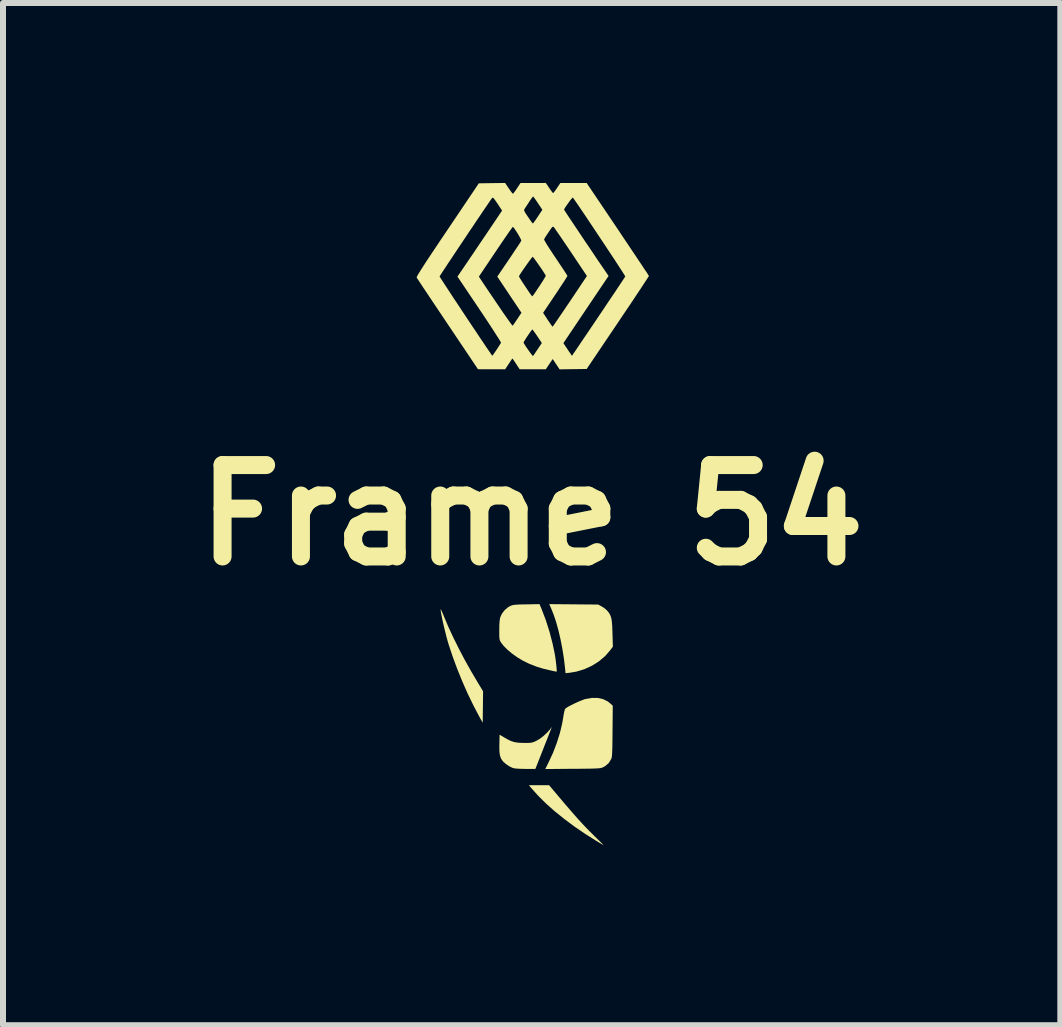
<source format=kicad_pcb>
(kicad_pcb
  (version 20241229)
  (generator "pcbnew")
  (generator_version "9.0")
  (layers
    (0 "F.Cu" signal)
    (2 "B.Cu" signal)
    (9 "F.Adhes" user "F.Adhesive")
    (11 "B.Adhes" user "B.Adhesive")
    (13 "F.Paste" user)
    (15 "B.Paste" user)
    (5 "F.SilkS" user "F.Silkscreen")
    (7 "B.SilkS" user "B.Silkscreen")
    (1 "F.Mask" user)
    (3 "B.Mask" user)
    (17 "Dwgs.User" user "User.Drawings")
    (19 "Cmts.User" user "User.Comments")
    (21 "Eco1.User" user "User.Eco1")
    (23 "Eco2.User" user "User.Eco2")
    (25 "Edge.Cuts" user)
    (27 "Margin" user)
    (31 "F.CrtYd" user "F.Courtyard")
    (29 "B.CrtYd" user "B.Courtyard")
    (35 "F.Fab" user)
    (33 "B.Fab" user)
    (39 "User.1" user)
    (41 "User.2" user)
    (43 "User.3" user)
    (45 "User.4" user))
  (footprint "Frame 54"
    (layer "F.Cu")
    (at 5.813 5.537)
    (property "Reference" "Frame 54" (at 0 0 0) (layer "F.SilkS") (effects (font (size 1.524 1.524) (thickness 0.3))))
    (attr board_only exclude_from_pos_files exclude_from_bom)
    (fp_poly (pts (xy 0.468 4.713) (xy 0.562 4.824) (xy 0.645 4.92) (xy 0.718 5.004) (xy 0.784 5.078) (xy 0.845 5.145) (xy 0.904 5.207) (xy 0.963 5.268) (xy 1.025 5.329) (xy 1.039 5.343) (xy 1.088 5.391) (xy 1.131 5.433) (xy 1.166 5.468) (xy 1.19 5.492) (xy 1.2 5.503) (xy 1.201 5.503) (xy 1.191 5.498) (xy 1.165 5.483) (xy 1.128 5.461) (xy 1.082 5.433) (xy 1.075 5.429) (xy 0.891 5.313) (xy 0.712 5.191) (xy 0.542 5.064) (xy 0.383 4.936) (xy 0.238 4.807) (xy 0.11 4.68) (xy 0.002 4.56) (xy -0.047 4.502) (xy 0.29 4.502)) (stroke (width 0) (type solid)) (fill yes) (layer "F.SilkS"))
    (fp_poly (pts (xy -1.515 1.572) (xy -1.504 1.592) (xy -1.488 1.627) (xy -1.468 1.674) (xy -1.453 1.711) (xy -1.385 1.871) (xy -1.304 2.045) (xy -1.214 2.226) (xy -1.117 2.411) (xy -1.014 2.595) (xy -0.909 2.773) (xy -0.905 2.78) (xy -0.81 2.937) (xy -0.816 3.461) (xy -0.876 3.354) (xy -0.972 3.171) (xy -1.068 2.973) (xy -1.159 2.766) (xy -1.244 2.556) (xy -1.32 2.35) (xy -1.385 2.153) (xy -1.401 2.099) (xy -1.419 2.035) (xy -1.437 1.962) (xy -1.456 1.886) (xy -1.474 1.809) (xy -1.49 1.736) (xy -1.503 1.671) (xy -1.513 1.618) (xy -1.518 1.581) (xy -1.519 1.57)) (stroke (width 0) (type solid)) (fill yes) (layer "F.SilkS"))
    (fp_poly (pts (xy 1.109 1.491) (xy 1.166 1.522) (xy 1.208 1.548) (xy 1.248 1.582) (xy 1.264 1.599) (xy 1.288 1.629) (xy 1.307 1.66) (xy 1.321 1.694) (xy 1.331 1.735) (xy 1.338 1.787) (xy 1.343 1.853) (xy 1.346 1.937) (xy 1.347 1.971) (xy 1.354 2.193) (xy 1.312 2.249) (xy 1.226 2.349) (xy 1.122 2.437) (xy 1.005 2.511) (xy 0.878 2.569) (xy 0.745 2.609) (xy 0.634 2.628) (xy 0.565 2.635) (xy 0.557 2.558) (xy 0.538 2.394) (xy 0.512 2.23) (xy 0.481 2.07) (xy 0.445 1.917) (xy 0.406 1.776) (xy 0.363 1.65) (xy 0.326 1.558) (xy 0.293 1.484)) (stroke (width 0) (type solid)) (fill yes) (layer "F.SilkS"))
    (fp_poly (pts (xy 0.323 3.567) (xy 0.315 3.588) (xy 0.3 3.626) (xy 0.279 3.679) (xy 0.254 3.744) (xy 0.224 3.818) (xy 0.193 3.898) (xy 0.185 3.919) (xy 0.062 4.231) (xy -0.107 4.231) (xy -0.195 4.229) (xy -0.26 4.225) (xy -0.305 4.218) (xy -0.318 4.214) (xy -0.37 4.189) (xy -0.423 4.154) (xy -0.468 4.116) (xy -0.488 4.093) (xy -0.509 4.061) (xy -0.523 4.026) (xy -0.533 3.982) (xy -0.538 3.927) (xy -0.539 3.856) (xy -0.538 3.813) (xy -0.535 3.66) (xy -0.462 3.704) (xy -0.395 3.742) (xy -0.338 3.769) (xy -0.283 3.785) (xy -0.223 3.794) (xy -0.151 3.797) (xy -0.129 3.798) (xy -0.071 3.798) (xy -0.03 3.796) (xy 0.001 3.792) (xy 0.028 3.785) (xy 0.056 3.773) (xy 0.081 3.761) (xy 0.139 3.727) (xy 0.201 3.679) (xy 0.259 3.624) (xy 0.308 3.569) (xy 0.314 3.562) (xy 0.338 3.528)) (stroke (width 0) (type solid)) (fill yes) (layer "F.SilkS"))
    (fp_poly (pts (xy 0.166 1.567) (xy 0.235 1.748) (xy 0.297 1.943) (xy 0.35 2.147) (xy 0.382 2.299) (xy 0.391 2.35) (xy 0.399 2.406) (xy 0.406 2.462) (xy 0.412 2.515) (xy 0.416 2.56) (xy 0.418 2.593) (xy 0.416 2.609) (xy 0.415 2.61) (xy 0.403 2.608) (xy 0.374 2.602) (xy 0.333 2.593) (xy 0.311 2.588) (xy 0.188 2.559) (xy 0.076 2.524) (xy -0.035 2.481) (xy -0.045 2.476) (xy -0.142 2.429) (xy -0.236 2.373) (xy -0.325 2.31) (xy -0.404 2.244) (xy -0.468 2.179) (xy -0.506 2.13) (xy -0.519 2.109) (xy -0.529 2.091) (xy -0.535 2.07) (xy -0.538 2.044) (xy -0.54 2.006) (xy -0.54 1.952) (xy -0.54 1.919) (xy -0.539 1.83) (xy -0.534 1.762) (xy -0.526 1.713) (xy -0.523 1.703) (xy -0.495 1.642) (xy -0.451 1.585) (xy -0.397 1.538) (xy -0.363 1.518) (xy -0.343 1.509) (xy -0.323 1.502) (xy -0.298 1.497) (xy -0.266 1.494) (xy -0.223 1.491) (xy -0.165 1.489) (xy -0.089 1.488) (xy 0.131 1.484)) (stroke (width 0) (type solid)) (fill yes) (layer "F.SilkS"))
    (fp_poly (pts (xy 1.102 3.048) (xy 1.189 3.067) (xy 1.265 3.104) (xy 1.3 3.131) (xy 1.352 3.177) (xy 1.348 3.6) (xy 1.347 3.71) (xy 1.346 3.8) (xy 1.345 3.873) (xy 1.343 3.93) (xy 1.341 3.973) (xy 1.339 4.006) (xy 1.336 4.031) (xy 1.332 4.049) (xy 1.327 4.063) (xy 1.325 4.068) (xy 1.284 4.134) (xy 1.227 4.183) (xy 1.193 4.202) (xy 1.179 4.208) (xy 1.165 4.213) (xy 1.148 4.217) (xy 1.126 4.22) (xy 1.095 4.222) (xy 1.055 4.224) (xy 1.003 4.226) (xy 0.937 4.227) (xy 0.854 4.228) (xy 0.751 4.229) (xy 0.684 4.229) (xy 0.227 4.233) (xy 0.282 4.122) (xy 0.355 3.965) (xy 0.418 3.8) (xy 0.47 3.636) (xy 0.508 3.476) (xy 0.525 3.379) (xy 0.534 3.322) (xy 0.544 3.274) (xy 0.553 3.241) (xy 0.56 3.228) (xy 0.58 3.212) (xy 0.616 3.19) (xy 0.664 3.165) (xy 0.719 3.138) (xy 0.775 3.112) (xy 0.829 3.09) (xy 0.875 3.072) (xy 0.9 3.065) (xy 1.005 3.047)) (stroke (width 0) (type solid)) (fill yes) (layer "F.SilkS"))
    (fp_poly (pts (xy -0.382 -5.447) (xy -0.355 -5.408) (xy -0.332 -5.378) (xy -0.317 -5.36) (xy -0.313 -5.357) (xy -0.303 -5.366) (xy -0.285 -5.389) (xy -0.26 -5.424) (xy -0.245 -5.447) (xy -0.186 -5.536) (xy 0.236 -5.537) (xy 0.293 -5.453) (xy 0.319 -5.415) (xy 0.34 -5.387) (xy 0.354 -5.37) (xy 0.358 -5.368) (xy 0.367 -5.377) (xy 0.386 -5.401) (xy 0.41 -5.434) (xy 0.422 -5.452) (xy 0.478 -5.536) (xy 0.698 -5.536) (xy 0.917 -5.536) (xy 1.435 -4.767) (xy 1.514 -4.648) (xy 1.59 -4.535) (xy 1.661 -4.429) (xy 1.727 -4.331) (xy 1.786 -4.242) (xy 1.838 -4.165) (xy 1.881 -4.099) (xy 1.916 -4.048) (xy 1.94 -4.011) (xy 1.952 -3.991) (xy 1.954 -3.988) (xy 1.949 -3.977) (xy 1.931 -3.949) (xy 1.903 -3.906) (xy 1.865 -3.848) (xy 1.818 -3.776) (xy 1.763 -3.694) (xy 1.701 -3.6) (xy 1.633 -3.498) (xy 1.559 -3.389) (xy 1.481 -3.273) (xy 1.437 -3.207) (xy 0.917 -2.436) (xy 0.691 -2.433) (xy 0.465 -2.43) (xy 0.351 -2.602) (xy 0.293 -2.517) (xy 0.236 -2.431) (xy -0.2 -2.431) (xy -0.259 -2.521) (xy -0.284 -2.559) (xy -0.305 -2.59) (xy -0.318 -2.608) (xy -0.321 -2.611) (xy -0.328 -2.602) (xy -0.344 -2.579) (xy -0.367 -2.544) (xy -0.383 -2.521) (xy -0.442 -2.431) (xy -0.668 -2.431) (xy -0.895 -2.432) (xy -1.401 -3.186) (xy -1.48 -3.304) (xy -1.555 -3.416) (xy -1.626 -3.522) (xy -1.691 -3.619) (xy -1.75 -3.708) (xy -1.802 -3.785) (xy -1.845 -3.85) (xy -1.879 -3.902) (xy -1.903 -3.938) (xy -1.915 -3.957) (xy -1.917 -3.96) (xy -1.916 -3.968) (xy -1.911 -3.978) (xy -1.535 -3.978) (xy -1.529 -3.968) (xy -1.512 -3.94) (xy -1.484 -3.898) (xy -1.448 -3.842) (xy -1.404 -3.775) (xy -1.354 -3.699) (xy -1.299 -3.614) (xy -1.239 -3.525) (xy -1.177 -3.431) (xy -1.113 -3.334) (xy -1.049 -3.238) (xy -0.986 -3.143) (xy -0.924 -3.052) (xy -0.867 -2.965) (xy -0.813 -2.886) (xy -0.766 -2.815) (xy -0.725 -2.755) (xy -0.693 -2.708) (xy -0.67 -2.675) (xy -0.658 -2.658) (xy -0.656 -2.656) (xy -0.649 -2.665) (xy -0.632 -2.688) (xy -0.608 -2.723) (xy -0.585 -2.757) (xy -0.557 -2.8) (xy -0.533 -2.837) (xy -0.517 -2.863) (xy -0.511 -2.873) (xy -0.513 -2.878) (xy -0.135 -2.878) (xy -0.129 -2.863) (xy -0.113 -2.837) (xy -0.091 -2.802) (xy -0.064 -2.763) (xy -0.037 -2.725) (xy -0.012 -2.691) (xy 0.009 -2.665) (xy 0.021 -2.653) (xy 0.023 -2.653) (xy 0.032 -2.665) (xy 0.051 -2.692) (xy 0.076 -2.73) (xy 0.1 -2.765) (xy 0.168 -2.867) (xy 0.529 -2.867) (xy 0.599 -2.762) (xy 0.627 -2.72) (xy 0.651 -2.686) (xy 0.666 -2.663) (xy 0.672 -2.656) (xy 0.678 -2.665) (xy 0.696 -2.692) (xy 0.725 -2.733) (xy 0.763 -2.79) (xy 0.809 -2.858) (xy 0.863 -2.938) (xy 0.924 -3.028) (xy 0.99 -3.126) (xy 1.061 -3.231) (xy 1.114 -3.31) (xy 1.188 -3.419) (xy 1.257 -3.523) (xy 1.322 -3.62) (xy 1.382 -3.708) (xy 1.434 -3.787) (xy 1.479 -3.854) (xy 1.515 -3.909) (xy 1.541 -3.948) (xy 1.556 -3.972) (xy 1.56 -3.978) (xy 1.555 -3.989) (xy 1.538 -4.016) (xy 1.511 -4.059) (xy 1.475 -4.114) (xy 1.432 -4.181) (xy 1.382 -4.258) (xy 1.326 -4.342) (xy 1.267 -4.431) (xy 1.205 -4.525) (xy 1.141 -4.621) (xy 1.077 -4.717) (xy 1.014 -4.812) (xy 0.953 -4.903) (xy 0.896 -4.989) (xy 0.842 -5.068) (xy 0.795 -5.138) (xy 0.754 -5.198) (xy 0.722 -5.244) (xy 0.699 -5.277) (xy 0.687 -5.293) (xy 0.687 -5.293) (xy 0.678 -5.288) (xy 0.66 -5.268) (xy 0.636 -5.238) (xy 0.61 -5.202) (xy 0.584 -5.165) (xy 0.561 -5.132) (xy 0.546 -5.106) (xy 0.54 -5.092) (xy 0.546 -5.082) (xy 0.564 -5.055) (xy 0.591 -5.013) (xy 0.628 -4.957) (xy 0.672 -4.891) (xy 0.722 -4.816) (xy 0.778 -4.733) (xy 0.837 -4.644) (xy 0.899 -4.552) (xy 0.963 -4.458) (xy 1.026 -4.364) (xy 1.088 -4.271) (xy 1.148 -4.183) (xy 1.166 -4.157) (xy 1.282 -3.987) (xy 0.905 -3.427) (xy 0.529 -2.867) (xy 0.168 -2.867) (xy 0.169 -2.869) (xy 0.094 -2.982) (xy 0.064 -3.026) (xy 0.039 -3.061) (xy 0.02 -3.086) (xy 0.011 -3.095) (xy 0.011 -3.095) (xy 0.002 -3.086) (xy -0.015 -3.063) (xy -0.039 -3.03) (xy -0.065 -2.991) (xy -0.091 -2.953) (xy -0.113 -2.917) (xy -0.129 -2.891) (xy -0.135 -2.878) (xy -0.135 -2.878) (xy -0.513 -2.878) (xy -0.516 -2.885) (xy -0.533 -2.914) (xy -0.56 -2.958) (xy -0.597 -3.015) (xy -0.641 -3.084) (xy -0.693 -3.164) (xy -0.751 -3.252) (xy -0.814 -3.347) (xy -0.871 -3.432) (xy -1.237 -3.976) (xy -0.88 -3.976) (xy -0.81 -3.87) (xy -0.709 -3.719) (xy -0.619 -3.587) (xy -0.542 -3.473) (xy -0.477 -3.377) (xy -0.422 -3.299) (xy -0.38 -3.239) (xy -0.348 -3.195) (xy -0.327 -3.168) (xy -0.316 -3.158) (xy -0.315 -3.159) (xy -0.306 -3.171) (xy -0.287 -3.199) (xy -0.262 -3.236) (xy -0.239 -3.27) (xy -0.171 -3.372) (xy 0.191 -3.372) (xy 0.267 -3.256) (xy 0.297 -3.212) (xy 0.322 -3.175) (xy 0.34 -3.15) (xy 0.349 -3.141) (xy 0.349 -3.141) (xy 0.356 -3.15) (xy 0.375 -3.176) (xy 0.403 -3.217) (xy 0.44 -3.271) (xy 0.484 -3.336) (xy 0.535 -3.411) (xy 0.59 -3.493) (xy 0.638 -3.563) (xy 0.921 -3.986) (xy 0.656 -4.382) (xy 0.599 -4.467) (xy 0.545 -4.546) (xy 0.496 -4.619) (xy 0.453 -4.682) (xy 0.417 -4.733) (xy 0.391 -4.771) (xy 0.375 -4.794) (xy 0.371 -4.798) (xy 0.362 -4.807) (xy 0.353 -4.808) (xy 0.341 -4.799) (xy 0.325 -4.779) (xy 0.3 -4.743) (xy 0.282 -4.716) (xy 0.253 -4.673) (xy 0.229 -4.636) (xy 0.213 -4.609) (xy 0.207 -4.598) (xy 0.211 -4.584) (xy 0.228 -4.554) (xy 0.254 -4.51) (xy 0.29 -4.453) (xy 0.334 -4.386) (xy 0.385 -4.31) (xy 0.399 -4.289) (xy 0.447 -4.217) (xy 0.491 -4.151) (xy 0.53 -4.093) (xy 0.561 -4.045) (xy 0.583 -4.01) (xy 0.595 -3.991) (xy 0.596 -3.987) (xy 0.59 -3.976) (xy 0.573 -3.948) (xy 0.547 -3.906) (xy 0.512 -3.853) (xy 0.47 -3.79) (xy 0.424 -3.719) (xy 0.394 -3.675) (xy 0.191 -3.372) (xy -0.171 -3.372) (xy -0.17 -3.373) (xy -0.573 -3.976) (xy -0.569 -3.982) (xy -0.212 -3.982) (xy -0.207 -3.97) (xy -0.192 -3.944) (xy -0.169 -3.907) (xy -0.14 -3.862) (xy -0.108 -3.814) (xy -0.076 -3.766) (xy -0.046 -3.721) (xy -0.02 -3.684) (xy -0.000217 -3.658) (xy 0.01 -3.647) (xy 0.01 -3.646) (xy 0.018 -3.655) (xy 0.037 -3.68) (xy 0.063 -3.718) (xy 0.095 -3.766) (xy 0.127 -3.813) (xy 0.162 -3.867) (xy 0.193 -3.915) (xy 0.216 -3.954) (xy 0.231 -3.98) (xy 0.236 -3.99) (xy 0.229 -4.003) (xy 0.212 -4.031) (xy 0.188 -4.069) (xy 0.158 -4.114) (xy 0.125 -4.161) (xy 0.093 -4.207) (xy 0.063 -4.249) (xy 0.039 -4.281) (xy 0.022 -4.302) (xy 0.017 -4.306) (xy 0.008 -4.298) (xy -0.01 -4.275) (xy -0.036 -4.241) (xy -0.067 -4.198) (xy -0.1 -4.151) (xy -0.133 -4.104) (xy -0.164 -4.059) (xy -0.189 -4.021) (xy -0.206 -3.993) (xy -0.212 -3.982) (xy -0.569 -3.982) (xy -0.376 -4.266) (xy -0.327 -4.339) (xy -0.283 -4.406) (xy -0.243 -4.465) (xy -0.211 -4.513) (xy -0.188 -4.549) (xy -0.175 -4.57) (xy -0.173 -4.574) (xy -0.176 -4.589) (xy -0.19 -4.617) (xy -0.21 -4.654) (xy -0.234 -4.695) (xy -0.26 -4.736) (xy -0.284 -4.771) (xy -0.303 -4.796) (xy -0.314 -4.805) (xy -0.314 -4.805) (xy -0.322 -4.796) (xy -0.341 -4.77) (xy -0.37 -4.73) (xy -0.407 -4.676) (xy -0.452 -4.611) (xy -0.503 -4.536) (xy -0.558 -4.455) (xy -0.601 -4.391) (xy -0.88 -3.976) (xy -1.237 -3.976) (xy -1.237 -3.976) (xy -1.11 -4.163) (xy -1.073 -4.217) (xy -1.027 -4.286) (xy -0.972 -4.366) (xy -0.913 -4.454) (xy -0.851 -4.546) (xy -0.788 -4.639) (xy -0.738 -4.713) (xy -0.493 -5.077) (xy -0.498 -5.084) (xy -0.126 -5.084) (xy -0.122 -5.069) (xy -0.111 -5.047) (xy -0.09 -5.014) (xy -0.061 -4.971) (xy -0.032 -4.928) (xy -0.007 -4.893) (xy 0.011 -4.87) (xy 0.02 -4.862) (xy 0.029 -4.871) (xy 0.047 -4.895) (xy 0.073 -4.931) (xy 0.102 -4.975) (xy 0.103 -4.976) (xy 0.178 -5.09) (xy 0.104 -5.201) (xy 0.075 -5.244) (xy 0.05 -5.279) (xy 0.032 -5.303) (xy 0.024 -5.312) (xy 0.016 -5.304) (xy -0.001 -5.282) (xy -0.028 -5.243) (xy -0.065 -5.186) (xy -0.114 -5.112) (xy -0.115 -5.11) (xy -0.123 -5.097) (xy -0.126 -5.084) (xy -0.498 -5.084) (xy -0.568 -5.19) (xy -0.601 -5.238) (xy -0.624 -5.27) (xy -0.64 -5.287) (xy -0.651 -5.292) (xy -0.658 -5.288) (xy -0.668 -5.274) (xy -0.689 -5.245) (xy -0.72 -5.2) (xy -0.759 -5.142) (xy -0.806 -5.074) (xy -0.858 -4.996) (xy -0.916 -4.911) (xy -0.976 -4.82) (xy -1.04 -4.726) (xy -1.104 -4.63) (xy -1.168 -4.534) (xy -1.231 -4.44) (xy -1.291 -4.35) (xy -1.347 -4.265) (xy -1.399 -4.188) (xy -1.443 -4.12) (xy -1.481 -4.064) (xy -1.509 -4.02) (xy -1.528 -3.991) (xy -1.535 -3.978) (xy -1.535 -3.978) (xy -1.911 -3.978) (xy -1.909 -3.984) (xy -1.895 -4.009) (xy -1.873 -4.045) (xy -1.844 -4.092) (xy -1.806 -4.151) (xy -1.759 -4.224) (xy -1.702 -4.31) (xy -1.634 -4.412) (xy -1.556 -4.529) (xy -1.465 -4.664) (xy -1.403 -4.756) (xy -0.881 -5.531) (xy -0.662 -5.534) (xy -0.443 -5.537)) (stroke (width 0) (type solid)) (fill yes) (layer "F.SilkS")))
  (gr_rect
    (start -3 -3)
    (end 14.626 14.04)
    (stroke (width 0.1) (type default))
    (fill no)
    (layer "Edge.Cuts")))
</source>
